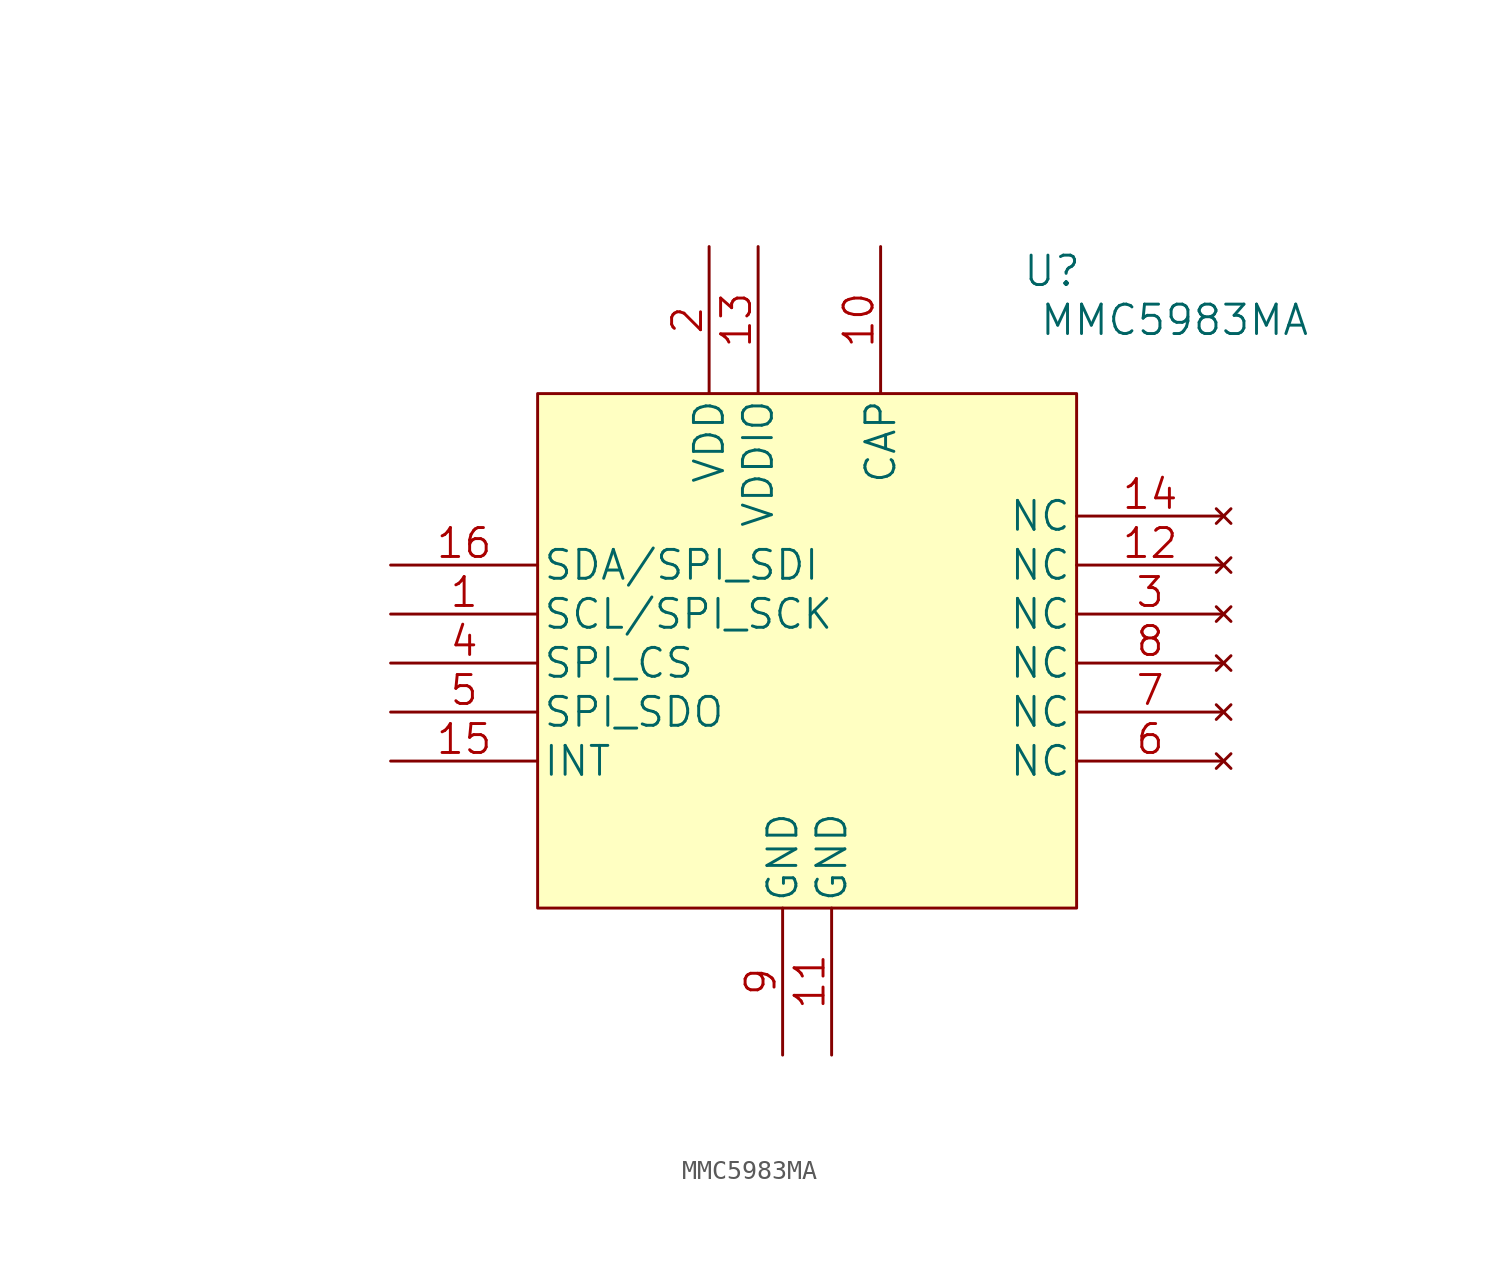
<source format=kicad_sym>
(kicad_symbol_lib
  (version 20211014)
  (generator kicad_symbol_editor)
  (symbol "MMC5983MA"
    (pin_names
      (offset 0.254))
    (property "Reference" "U"
      (at 44.45 -5.08 0)
      (effects (font (size 1.524 1.524))))
    (property "Value" "MMC5983MA"
      (at 50.8 -7.62 0)
      (effects (font (size 1.524 1.524))))
    (property "Datasheet" ""
      (at 0 0 0)
      (effects (font (size 1.524 1.524))))
    (property "ki_locked" ""
      (at 0 0 0)
      (effects (font (size 1.27 1.27))))
    (symbol "MMC5983MA_1_1"
      (rectangle (start 17.78 -11.43) (end 45.72 -38.1) (stroke (width 0) (type default) (color 0 0 0 0)) (fill (type background)))
      (pin input line (at 10.16 -22.86 0) (length 7.62) (name "SCL/SPI_SCK" (effects (font (size 1.499 1.499)))) (number "1" (effects (font (size 1.499 1.499)))))
      (pin power_in line (at 35.56 -3.81 270) (length 7.62) (name "CAP" (effects (font (size 1.499 1.499)))) (number "10" (effects (font (size 1.499 1.499)))))
      (pin power_in line (at 33.02 -45.72 90) (length 7.62) (name "GND" (effects (font (size 1.499 1.499)))) (number "11" (effects (font (size 1.499 1.499)))))
      (pin no_connect line (at 53.34 -20.32 180) (length 7.62) (name "NC" (effects (font (size 1.499 1.499)))) (number "12" (effects (font (size 1.499 1.499)))))
      (pin power_in line (at 29.21 -3.81 270) (length 7.62) (name "VDDIO" (effects (font (size 1.499 1.499)))) (number "13" (effects (font (size 1.499 1.499)))))
      (pin no_connect line (at 53.34 -17.78 180) (length 7.62) (name "NC" (effects (font (size 1.499 1.499)))) (number "14" (effects (font (size 1.499 1.499)))))
      (pin output line (at 10.16 -30.48 0) (length 7.62) (name "INT" (effects (font (size 1.499 1.499)))) (number "15" (effects (font (size 1.499 1.499)))))
      (pin bidirectional line (at 10.16 -20.32 0) (length 7.62) (name "SDA/SPI_SDI" (effects (font (size 1.499 1.499)))) (number "16" (effects (font (size 1.499 1.499)))))
      (pin power_in line (at 26.67 -3.81 270) (length 7.62) (name "VDD" (effects (font (size 1.499 1.499)))) (number "2" (effects (font (size 1.499 1.499)))))
      (pin no_connect line (at 53.34 -22.86 180) (length 7.62) (name "NC" (effects (font (size 1.499 1.499)))) (number "3" (effects (font (size 1.499 1.499)))))
      (pin input line (at 10.16 -25.4 0) (length 7.62) (name "SPI_CS" (effects (font (size 1.499 1.499)))) (number "4" (effects (font (size 1.499 1.499)))))
      (pin output line (at 10.16 -27.94 0) (length 7.62) (name "SPI_SDO" (effects (font (size 1.499 1.499)))) (number "5" (effects (font (size 1.499 1.499)))))
      (pin no_connect line (at 53.34 -30.48 180) (length 7.62) (name "NC" (effects (font (size 1.499 1.499)))) (number "6" (effects (font (size 1.499 1.499)))))
      (pin no_connect line (at 53.34 -27.94 180) (length 7.62) (name "NC" (effects (font (size 1.499 1.499)))) (number "7" (effects (font (size 1.499 1.499)))))
      (pin no_connect line (at 53.34 -25.4 180) (length 7.62) (name "NC" (effects (font (size 1.499 1.499)))) (number "8" (effects (font (size 1.499 1.499)))))
      (pin power_in line (at 30.48 -45.72 90) (length 7.62) (name "GND" (effects (font (size 1.499 1.499)))) (number "9" (effects (font (size 1.499 1.499))))))))
</source>
